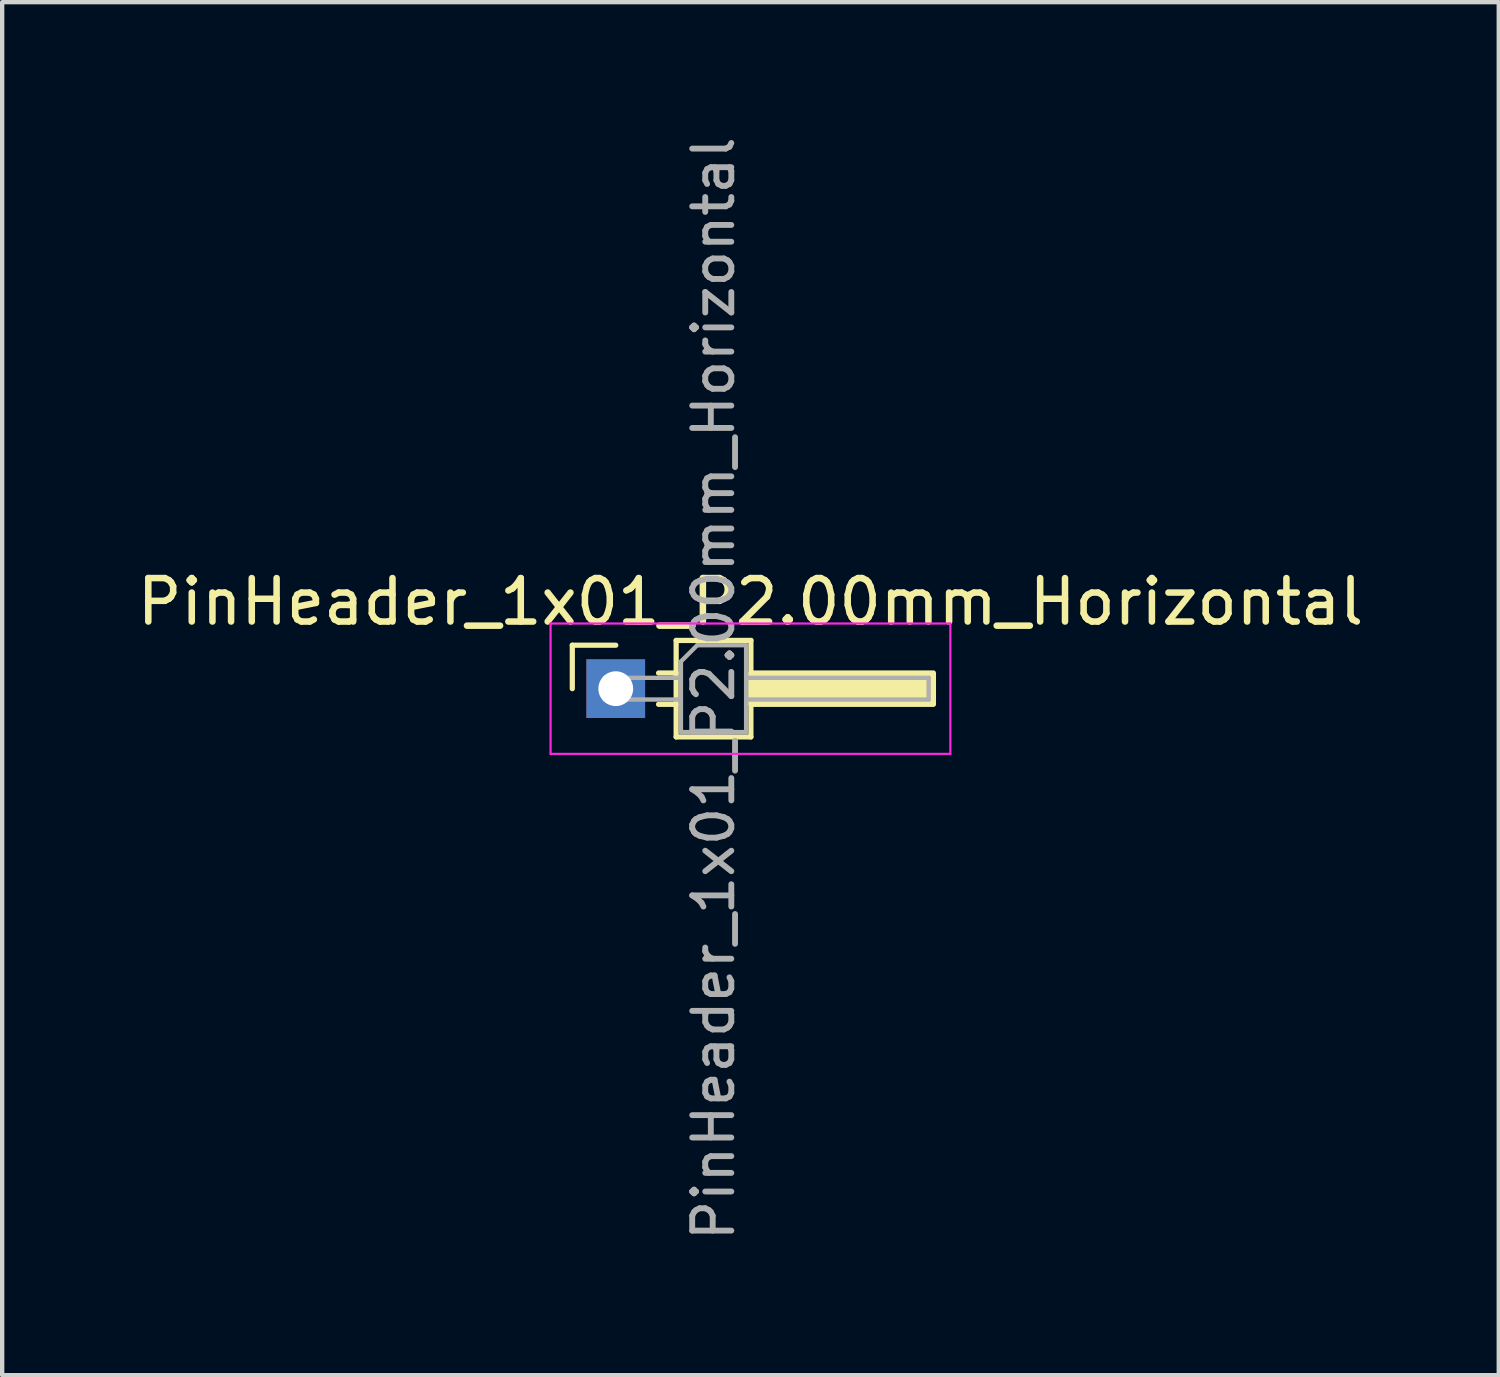
<source format=kicad_pcb>
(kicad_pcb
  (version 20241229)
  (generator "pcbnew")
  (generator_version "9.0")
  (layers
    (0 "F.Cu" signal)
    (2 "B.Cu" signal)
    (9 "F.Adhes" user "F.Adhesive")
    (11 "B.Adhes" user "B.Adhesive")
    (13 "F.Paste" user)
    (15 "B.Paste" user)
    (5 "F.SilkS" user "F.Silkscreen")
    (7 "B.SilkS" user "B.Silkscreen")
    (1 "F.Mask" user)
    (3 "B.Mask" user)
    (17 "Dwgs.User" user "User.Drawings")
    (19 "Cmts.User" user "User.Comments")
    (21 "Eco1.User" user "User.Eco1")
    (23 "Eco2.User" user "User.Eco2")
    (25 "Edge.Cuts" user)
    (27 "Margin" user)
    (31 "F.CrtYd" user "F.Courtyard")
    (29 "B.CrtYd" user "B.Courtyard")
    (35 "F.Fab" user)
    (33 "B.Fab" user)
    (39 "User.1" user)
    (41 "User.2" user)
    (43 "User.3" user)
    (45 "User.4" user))
  (footprint "PinHeader_1x01_P2.00mm_Horizontal"
    (layer "F.Cu")
    (at 11.12 12.798)
    (property "Reference" "PinHeader_1x01_P2.00mm_Horizontal" (at 3.1 -2 0) (layer "F.SilkS") (effects (font (size 1 1) (thickness 0.15))))
    (attr through_hole)
    (fp_line (start -1 -1) (end 0 -1) (stroke (width 0.12) (type solid)) (layer "F.SilkS"))
    (fp_line (start -1 0) (end -1 -1) (stroke (width 0.12) (type solid)) (layer "F.SilkS"))
    (fp_line (start 0.985 -0.36) (end 1.39 -0.36) (stroke (width 0.12) (type solid)) (layer "F.SilkS"))
    (fp_line (start 0.985 0.36) (end 1.39 0.36) (stroke (width 0.12) (type solid)) (layer "F.SilkS"))
    (fp_line (start 1.39 -1.11) (end 1.39 1.11) (stroke (width 0.12) (type solid)) (layer "F.SilkS"))
    (fp_line (start 1.39 1.11) (end 3.11 1.11) (stroke (width 0.12) (type solid)) (layer "F.SilkS"))
    (fp_line (start 3.11 -1.11) (end 1.39 -1.11) (stroke (width 0.12) (type solid)) (layer "F.SilkS"))
    (fp_line (start 3.11 1.11) (end 3.11 -1.11) (stroke (width 0.12) (type solid)) (layer "F.SilkS"))
    (fp_rect (start 3.11 -0.36) (end 7.31 0.36) (stroke (width 0.12) (type solid)) (fill yes) (layer "F.SilkS"))
    (fp_line (start -1.5 -1.5) (end -1.5 1.5) (stroke (width 0.05) (type solid)) (layer "F.CrtYd"))
    (fp_line (start -1.5 1.5) (end 7.7 1.5) (stroke (width 0.05) (type solid)) (layer "F.CrtYd"))
    (fp_line (start 7.7 -1.5) (end -1.5 -1.5) (stroke (width 0.05) (type solid)) (layer "F.CrtYd"))
    (fp_line (start 7.7 1.5) (end 7.7 -1.5) (stroke (width 0.05) (type solid)) (layer "F.CrtYd"))
    (fp_line (start -0.25 -0.25) (end -0.25 0.25) (stroke (width 0.1) (type solid)) (layer "F.Fab"))
    (fp_line (start -0.25 -0.25) (end 1.5 -0.25) (stroke (width 0.1) (type solid)) (layer "F.Fab"))
    (fp_line (start -0.25 0.25) (end 1.5 0.25) (stroke (width 0.1) (type solid)) (layer "F.Fab"))
    (fp_line (start 1.5 -0.625) (end 1.875 -1) (stroke (width 0.1) (type solid)) (layer "F.Fab"))
    (fp_line (start 1.5 1) (end 1.5 -0.625) (stroke (width 0.1) (type solid)) (layer "F.Fab"))
    (fp_line (start 1.875 -1) (end 3 -1) (stroke (width 0.1) (type solid)) (layer "F.Fab"))
    (fp_line (start 3 -1) (end 3 1) (stroke (width 0.1) (type solid)) (layer "F.Fab"))
    (fp_line (start 3 -0.25) (end 7.2 -0.25) (stroke (width 0.1) (type solid)) (layer "F.Fab"))
    (fp_line (start 3 0.25) (end 7.2 0.25) (stroke (width 0.1) (type solid)) (layer "F.Fab"))
    (fp_line (start 3 1) (end 1.5 1) (stroke (width 0.1) (type solid)) (layer "F.Fab"))
    (fp_line (start 7.2 -0.25) (end 7.2 0.25) (stroke (width 0.1) (type solid)) (layer "F.Fab"))
    (fp_text user "${REFERENCE}" (at 2.25 0 90) (layer "F.Fab") (effects (font (size 0.9 0.9) (thickness 0.135))))
    (pad "1" thru_hole rect (at 0 0) (size 1.35 1.35) (drill 0.8) (layers "*.Cu" "*.Mask")))
  (gr_rect
    (start -3 -3)
    (end 31.44 28.596)
    (stroke (width 0.1) (type default))
    (fill no)
    (layer "Edge.Cuts")))
</source>
